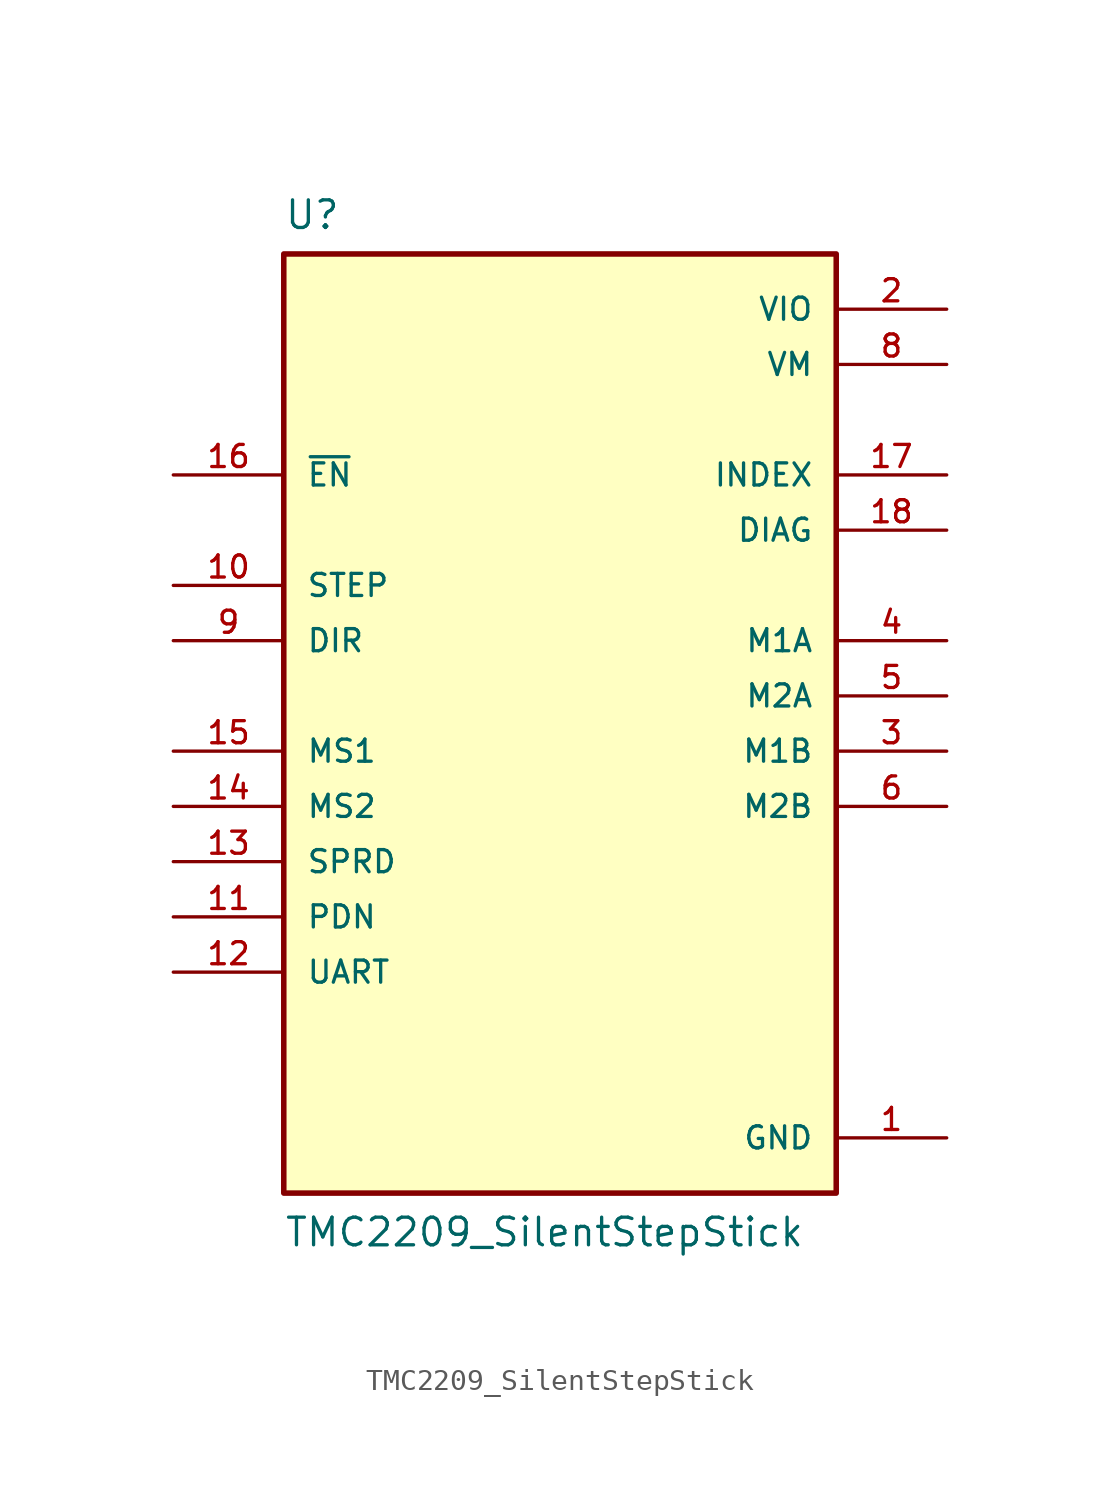
<source format=kicad_sym>
(kicad_symbol_lib
  (version 20231120)
  (generator "kicad_symbol_editor")
  (generator_version "8.0")
  (symbol "TMC2209_SilentStepStick"
    (pin_names
      (offset 1.016))
    (property "Reference" "U"
      (at -12.7 22.86 0)
      (effects (font (size 1.27 1.27)) (justify left top)))
    (property "Value" "TMC2209_SilentStepStick"
      (at -12.7 -25.4 0)
      (effects (font (size 1.27 1.27)) (justify left bottom)))
    (symbol "TMC2209_SilentStepStick_0_0"
      (rectangle (start -12.7 -22.86) (end 12.7 20.32) (stroke (width 0.254) (type default)) (fill (type background)))
      (pin power_in line (at 17.78 -20.32 180) (length 5.08) (name "GND" (effects (font (size 1.016 1.016)))) (number "1" (effects (font (size 1.016 1.016)))))
      (pin input line (at -17.78 5.08 0) (length 5.08) (name "STEP" (effects (font (size 1.016 1.016)))) (number "10" (effects (font (size 1.016 1.016)))))
      (pin bidirectional line (at -17.78 -10.16 0) (length 5.08) (name "PDN" (effects (font (size 1.016 1.016)))) (number "11" (effects (font (size 1.016 1.016)))))
      (pin bidirectional line (at -17.78 -12.7 0) (length 5.08) (name "UART" (effects (font (size 1.016 1.016)))) (number "12" (effects (font (size 1.016 1.016)))))
      (pin input line (at -17.78 -7.62 0) (length 5.08) (name "SPRD" (effects (font (size 1.016 1.016)))) (number "13" (effects (font (size 1.016 1.016)))))
      (pin input line (at -17.78 -5.08 0) (length 5.08) (name "MS2" (effects (font (size 1.016 1.016)))) (number "14" (effects (font (size 1.016 1.016)))))
      (pin input line (at -17.78 -2.54 0) (length 5.08) (name "MS1" (effects (font (size 1.016 1.016)))) (number "15" (effects (font (size 1.016 1.016)))))
      (pin input line (at -17.78 10.16 0) (length 5.08) (name "~{EN}" (effects (font (size 1.016 1.016)))) (number "16" (effects (font (size 1.016 1.016)))))
      (pin output line (at 17.78 10.16 180) (length 5.08) (name "INDEX" (effects (font (size 1.016 1.016)))) (number "17" (effects (font (size 1.016 1.016)))))
      (pin output line (at 17.78 7.62 180) (length 5.08) (name "DIAG" (effects (font (size 1.016 1.016)))) (number "18" (effects (font (size 1.016 1.016)))))
      (pin power_in line (at 17.78 17.78 180) (length 5.08) (name "VIO" (effects (font (size 1.016 1.016)))) (number "2" (effects (font (size 1.016 1.016)))))
      (pin output line (at 17.78 -2.54 180) (length 5.08) (name "M1B" (effects (font (size 1.016 1.016)))) (number "3" (effects (font (size 1.016 1.016)))))
      (pin output line (at 17.78 2.54 180) (length 5.08) (name "M1A" (effects (font (size 1.016 1.016)))) (number "4" (effects (font (size 1.016 1.016)))))
      (pin output line (at 17.78 0 180) (length 5.08) (name "M2A" (effects (font (size 1.016 1.016)))) (number "5" (effects (font (size 1.016 1.016)))))
      (pin output line (at 17.78 -5.08 180) (length 5.08) (name "M2B" (effects (font (size 1.016 1.016)))) (number "6" (effects (font (size 1.016 1.016)))))
      (pin power_in line (at 17.78 15.24 180) (length 5.08) (name "VM" (effects (font (size 1.016 1.016)))) (number "8" (effects (font (size 1.016 1.016)))))
      (pin input line (at -17.78 2.54 0) (length 5.08) (name "DIR" (effects (font (size 1.016 1.016)))) (number "9" (effects (font (size 1.016 1.016))))))
    (symbol "TMC2209_SilentStepStick_1_0"
      (pin passive line (at 17.78 -20.32 180) (length 5.08) hide (name "GND" (effects (font (size 1.016 1.016)))) (number "7" (effects (font (size 1.016 1.016))))))))
</source>
